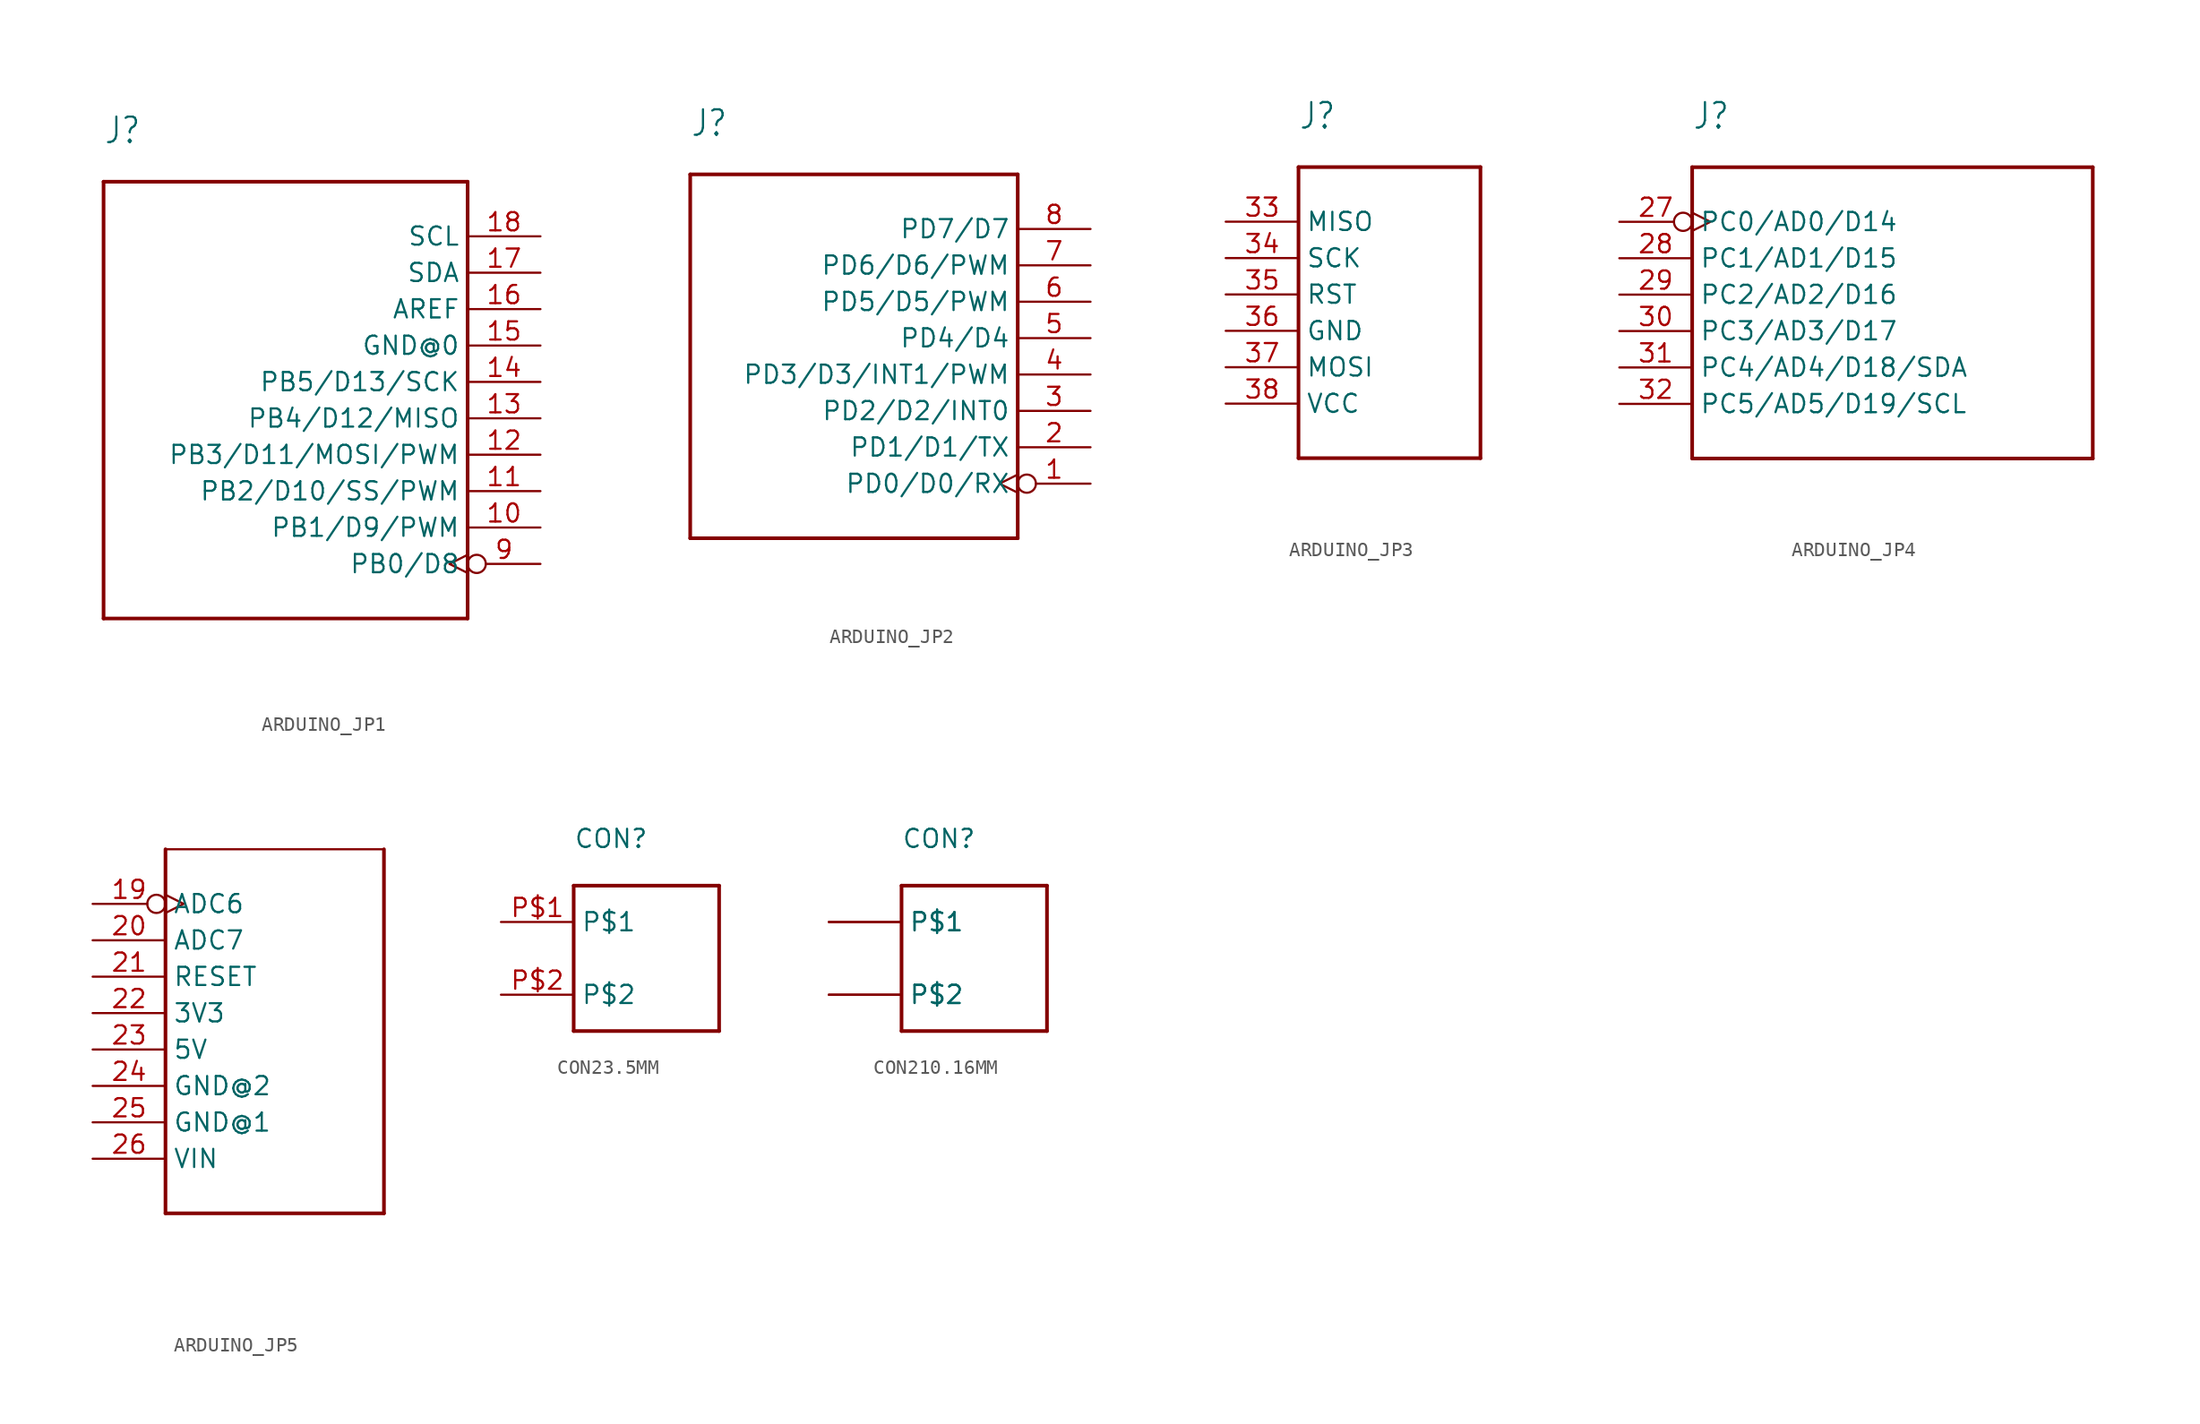
<source format=kicad_sym>
(kicad_symbol_lib
  (version 20220914)
  (generator kicad_symbol_editor)
  (symbol "ARDUINO_JP1"
    (property "Reference" "J"
      (at -15.24 17.78 0)
      (effects (font (size 1.778 1.511)) (justify left bottom)))
    (property "Value" ""
      (at -15.24 -17.78 0)
      (effects (font (size 1.778 1.511)) (justify left bottom)))
    (property "ki_locked" ""
      (at 0 0 0)
      (effects (font (size 1.27 1.27))))
    (symbol "ARDUINO_JP1_1_0"
      (polyline (pts (xy -15.24 -15.24) (xy 10.16 -15.24)) (stroke (width 0.254) (type solid)) (fill (type none)))
      (polyline (pts (xy -15.24 15.24) (xy -15.24 -15.24)) (stroke (width 0.254) (type solid)) (fill (type none)))
      (polyline (pts (xy 10.16 -15.24) (xy 10.16 15.24)) (stroke (width 0.254) (type solid)) (fill (type none)))
      (polyline (pts (xy 10.16 15.24) (xy -15.24 15.24)) (stroke (width 0.254) (type solid)) (fill (type none)))
      (pin bidirectional line (at 15.24 -8.89 180) (length 5.08) (name "PB1/D9/PWM" (effects (font (size 1.27 1.27)))) (number "10" (effects (font (size 1.27 1.27)))))
      (pin bidirectional line (at 15.24 -6.35 180) (length 5.08) (name "PB2/D10/SS/PWM" (effects (font (size 1.27 1.27)))) (number "11" (effects (font (size 1.27 1.27)))))
      (pin bidirectional line (at 15.24 -3.81 180) (length 5.08) (name "PB3/D11/MOSI/PWM" (effects (font (size 1.27 1.27)))) (number "12" (effects (font (size 1.27 1.27)))))
      (pin bidirectional line (at 15.24 -1.27 180) (length 5.08) (name "PB4/D12/MISO" (effects (font (size 1.27 1.27)))) (number "13" (effects (font (size 1.27 1.27)))))
      (pin bidirectional line (at 15.24 1.27 180) (length 5.08) (name "PB5/D13/SCK" (effects (font (size 1.27 1.27)))) (number "14" (effects (font (size 1.27 1.27)))))
      (pin bidirectional line (at 15.24 3.81 180) (length 5.08) (name "GND@0" (effects (font (size 1.27 1.27)))) (number "15" (effects (font (size 1.27 1.27)))))
      (pin bidirectional line (at 15.24 6.35 180) (length 5.08) (name "AREF" (effects (font (size 1.27 1.27)))) (number "16" (effects (font (size 1.27 1.27)))))
      (pin bidirectional line (at 15.24 8.89 180) (length 5.08) (name "SDA" (effects (font (size 1.27 1.27)))) (number "17" (effects (font (size 1.27 1.27)))))
      (pin bidirectional line (at 15.24 11.43 180) (length 5.08) (name "SCL" (effects (font (size 1.27 1.27)))) (number "18" (effects (font (size 1.27 1.27)))))
      (pin bidirectional inverted_clock (at 15.24 -11.43 180) (length 5.08) (name "PB0/D8" (effects (font (size 1.27 1.27)))) (number "9" (effects (font (size 1.27 1.27)))))))
  (symbol "ARDUINO_JP2"
    (property "Reference" "J"
      (at -17.78 15.24 0)
      (effects (font (size 1.778 1.511)) (justify left bottom)))
    (property "Value" ""
      (at -17.78 -15.24 0)
      (effects (font (size 1.778 1.511)) (justify left bottom)))
    (property "ki_locked" ""
      (at 0 0 0)
      (effects (font (size 1.27 1.27))))
    (symbol "ARDUINO_JP2_1_0"
      (polyline (pts (xy -17.78 -12.7) (xy -17.78 12.7)) (stroke (width 0.254) (type solid)) (fill (type none)))
      (polyline (pts (xy -17.78 12.7) (xy 5.08 12.7)) (stroke (width 0.254) (type solid)) (fill (type none)))
      (polyline (pts (xy 5.08 -12.7) (xy -17.78 -12.7)) (stroke (width 0.254) (type solid)) (fill (type none)))
      (polyline (pts (xy 5.08 12.7) (xy 5.08 -12.7)) (stroke (width 0.254) (type solid)) (fill (type none)))
      (pin bidirectional inverted_clock (at 10.16 -8.89 180) (length 5.08) (name "PD0/D0/RX" (effects (font (size 1.27 1.27)))) (number "1" (effects (font (size 1.27 1.27)))))
      (pin bidirectional line (at 10.16 -6.35 180) (length 5.08) (name "PD1/D1/TX" (effects (font (size 1.27 1.27)))) (number "2" (effects (font (size 1.27 1.27)))))
      (pin bidirectional line (at 10.16 -3.81 180) (length 5.08) (name "PD2/D2/INT0" (effects (font (size 1.27 1.27)))) (number "3" (effects (font (size 1.27 1.27)))))
      (pin bidirectional line (at 10.16 -1.27 180) (length 5.08) (name "PD3/D3/INT1/PWM" (effects (font (size 1.27 1.27)))) (number "4" (effects (font (size 1.27 1.27)))))
      (pin bidirectional line (at 10.16 1.27 180) (length 5.08) (name "PD4/D4" (effects (font (size 1.27 1.27)))) (number "5" (effects (font (size 1.27 1.27)))))
      (pin bidirectional line (at 10.16 3.81 180) (length 5.08) (name "PD5/D5/PWM" (effects (font (size 1.27 1.27)))) (number "6" (effects (font (size 1.27 1.27)))))
      (pin bidirectional line (at 10.16 6.35 180) (length 5.08) (name "PD6/D6/PWM" (effects (font (size 1.27 1.27)))) (number "7" (effects (font (size 1.27 1.27)))))
      (pin bidirectional line (at 10.16 8.89 180) (length 5.08) (name "PD7/D7" (effects (font (size 1.27 1.27)))) (number "8" (effects (font (size 1.27 1.27)))))))
  (symbol "ARDUINO_JP3"
    (property "Reference" "J"
      (at -7.62 12.7 0)
      (effects (font (size 1.778 1.511)) (justify left bottom)))
    (property "Value" ""
      (at -7.62 -12.7 0)
      (effects (font (size 1.778 1.511)) (justify left bottom)))
    (property "ki_locked" ""
      (at 0 0 0)
      (effects (font (size 1.27 1.27))))
    (symbol "ARDUINO_JP3_1_0"
      (polyline (pts (xy -7.62 -10.16) (xy 5.08 -10.16)) (stroke (width 0.254) (type solid)) (fill (type none)))
      (polyline (pts (xy -7.62 10.16) (xy -7.62 -10.16)) (stroke (width 0.254) (type solid)) (fill (type none)))
      (polyline (pts (xy 5.08 -10.16) (xy 5.08 10.16)) (stroke (width 0.254) (type solid)) (fill (type none)))
      (polyline (pts (xy 5.08 10.16) (xy -7.62 10.16)) (stroke (width 0.254) (type solid)) (fill (type none)))
      (pin bidirectional line (at -12.7 6.35 0) (length 5.08) (name "MISO" (effects (font (size 1.27 1.27)))) (number "33" (effects (font (size 1.27 1.27)))))
      (pin bidirectional line (at -12.7 3.81 0) (length 5.08) (name "SCK" (effects (font (size 1.27 1.27)))) (number "34" (effects (font (size 1.27 1.27)))))
      (pin bidirectional line (at -12.7 1.27 0) (length 5.08) (name "RST" (effects (font (size 1.27 1.27)))) (number "35" (effects (font (size 1.27 1.27)))))
      (pin bidirectional line (at -12.7 -1.27 0) (length 5.08) (name "GND" (effects (font (size 1.27 1.27)))) (number "36" (effects (font (size 1.27 1.27)))))
      (pin bidirectional line (at -12.7 -3.81 0) (length 5.08) (name "MOSI" (effects (font (size 1.27 1.27)))) (number "37" (effects (font (size 1.27 1.27)))))
      (pin bidirectional line (at -12.7 -6.35 0) (length 5.08) (name "VCC" (effects (font (size 1.27 1.27)))) (number "38" (effects (font (size 1.27 1.27)))))))
  (symbol "ARDUINO_JP4"
    (property "Reference" "J"
      (at -22.86 12.7 0)
      (effects (font (size 1.778 1.511)) (justify left bottom)))
    (property "Value" ""
      (at -22.86 -12.7 0)
      (effects (font (size 1.778 1.511)) (justify left bottom)))
    (property "ki_locked" ""
      (at 0 0 0)
      (effects (font (size 1.27 1.27))))
    (symbol "ARDUINO_JP4_1_0"
      (polyline (pts (xy -22.86 -10.16) (xy 5.08 -10.16)) (stroke (width 0.254) (type solid)) (fill (type none)))
      (polyline (pts (xy -22.86 10.16) (xy -22.86 -10.16)) (stroke (width 0.254) (type solid)) (fill (type none)))
      (polyline (pts (xy 5.08 -10.16) (xy 5.08 10.16)) (stroke (width 0.254) (type solid)) (fill (type none)))
      (polyline (pts (xy 5.08 10.16) (xy -22.86 10.16)) (stroke (width 0.254) (type solid)) (fill (type none)))
      (pin bidirectional inverted_clock (at -27.94 6.35 0) (length 5.08) (name "PC0/AD0/D14" (effects (font (size 1.27 1.27)))) (number "27" (effects (font (size 1.27 1.27)))))
      (pin bidirectional line (at -27.94 3.81 0) (length 5.08) (name "PC1/AD1/D15" (effects (font (size 1.27 1.27)))) (number "28" (effects (font (size 1.27 1.27)))))
      (pin bidirectional line (at -27.94 1.27 0) (length 5.08) (name "PC2/AD2/D16" (effects (font (size 1.27 1.27)))) (number "29" (effects (font (size 1.27 1.27)))))
      (pin bidirectional line (at -27.94 -1.27 0) (length 5.08) (name "PC3/AD3/D17" (effects (font (size 1.27 1.27)))) (number "30" (effects (font (size 1.27 1.27)))))
      (pin bidirectional line (at -27.94 -3.81 0) (length 5.08) (name "PC4/AD4/D18/SDA" (effects (font (size 1.27 1.27)))) (number "31" (effects (font (size 1.27 1.27)))))
      (pin bidirectional line (at -27.94 -6.35 0) (length 5.08) (name "PC5/AD5/D19/SCL" (effects (font (size 1.27 1.27)))) (number "32" (effects (font (size 1.27 1.27)))))))
  (symbol "ARDUINO_JP5"
    (property "Reference" ""
      (at -22.86 25.4 0)
      (effects (font (size 1.778 1.511)) (justify left bottom) hide))
    (property "Value" ""
      (at -22.86 -7.62 0)
      (effects (font (size 1.778 1.511)) (justify left bottom)))
    (property "ki_locked" ""
      (at 0 0 0)
      (effects (font (size 1.27 1.27))))
    (symbol "ARDUINO_JP5_1_0"
      (polyline (pts (xy -22.86 -2.54) (xy -7.62 -2.54)) (stroke (width 0.254) (type solid)) (fill (type none)))
      (polyline (pts (xy -22.86 22.86) (xy -22.86 -2.54)) (stroke (width 0.254) (type solid)) (fill (type none)))
      (polyline (pts (xy -22.86 22.86) (xy -7.62 22.86)) (stroke (width 0.152) (type solid)) (fill (type none)))
      (polyline (pts (xy -7.62 22.86) (xy -7.62 -2.54)) (stroke (width 0.254) (type solid)) (fill (type none)))
      (pin bidirectional inverted_clock (at -27.94 19.05 0) (length 5.08) (name "ADC6" (effects (font (size 1.27 1.27)))) (number "19" (effects (font (size 1.27 1.27)))))
      (pin bidirectional line (at -27.94 16.51 0) (length 5.08) (name "ADC7" (effects (font (size 1.27 1.27)))) (number "20" (effects (font (size 1.27 1.27)))))
      (pin bidirectional line (at -27.94 13.97 0) (length 5.08) (name "RESET" (effects (font (size 1.27 1.27)))) (number "21" (effects (font (size 1.27 1.27)))))
      (pin bidirectional line (at -27.94 11.43 0) (length 5.08) (name "3V3" (effects (font (size 1.27 1.27)))) (number "22" (effects (font (size 1.27 1.27)))))
      (pin bidirectional line (at -27.94 8.89 0) (length 5.08) (name "5V" (effects (font (size 1.27 1.27)))) (number "23" (effects (font (size 1.27 1.27)))))
      (pin bidirectional line (at -27.94 6.35 0) (length 5.08) (name "GND@2" (effects (font (size 1.27 1.27)))) (number "24" (effects (font (size 1.27 1.27)))))
      (pin bidirectional line (at -27.94 3.81 0) (length 5.08) (name "GND@1" (effects (font (size 1.27 1.27)))) (number "25" (effects (font (size 1.27 1.27)))))
      (pin bidirectional line (at -27.94 1.27 0) (length 5.08) (name "VIN" (effects (font (size 1.27 1.27)))) (number "26" (effects (font (size 1.27 1.27)))))))
  (symbol "CON23.5MM"
    (property "Reference" "CON"
      (at -7.62 5.08 0)
      (effects (font (size 1.27 1.27)) (justify left bottom)))
    (property "ki_locked" ""
      (at 0 0 0)
      (effects (font (size 1.27 1.27))))
    (symbol "CON23.5MM_1_0"
      (polyline (pts (xy -7.62 -7.62) (xy -7.62 2.54)) (stroke (width 0.254) (type solid)) (fill (type none)))
      (polyline (pts (xy -7.62 2.54) (xy 2.54 2.54)) (stroke (width 0.254) (type solid)) (fill (type none)))
      (polyline (pts (xy 2.54 -7.62) (xy -7.62 -7.62)) (stroke (width 0.254) (type solid)) (fill (type none)))
      (polyline (pts (xy 2.54 2.54) (xy 2.54 -7.62)) (stroke (width 0.254) (type solid)) (fill (type none)))
      (pin bidirectional line (at -12.7 0 0) (length 5.08) (name "P$1" (effects (font (size 1.27 1.27)))) (number "P$1" (effects (font (size 1.27 1.27)))))
      (pin bidirectional line (at -12.7 -5.08 0) (length 5.08) (name "P$2" (effects (font (size 1.27 1.27)))) (number "P$2" (effects (font (size 1.27 1.27)))))))
  (symbol "CON210.16MM"
    (property "Reference" "CON"
      (at -7.62 5.08 0)
      (effects (font (size 1.27 1.27)) (justify left bottom)))
    (property "ki_locked" ""
      (at 0 0 0)
      (effects (font (size 1.27 1.27))))
    (symbol "CON210.16MM_1_0"
      (polyline (pts (xy -7.62 -7.62) (xy -7.62 2.54)) (stroke (width 0.254) (type solid)) (fill (type none)))
      (polyline (pts (xy -7.62 2.54) (xy 2.54 2.54)) (stroke (width 0.254) (type solid)) (fill (type none)))
      (polyline (pts (xy 2.54 -7.62) (xy -7.62 -7.62)) (stroke (width 0.254) (type solid)) (fill (type none)))
      (polyline (pts (xy 2.54 2.54) (xy 2.54 -7.62)) (stroke (width 0.254) (type solid)) (fill (type none)))
      (pin bidirectional line (at -12.7 0 0) (length 5.08) (name "P$1" (effects (font (size 1.27 1.27)))) (number "P$1" (effects (font (size 0 0)))))
      (pin bidirectional line (at -12.7 0 0) (length 5.08) (name "P$1" (effects (font (size 1.27 1.27)))) (number "P$2" (effects (font (size 0 0)))))
      (pin bidirectional line (at -12.7 -5.08 0) (length 5.08) (name "P$2" (effects (font (size 1.27 1.27)))) (number "P$3" (effects (font (size 0 0)))))
      (pin bidirectional line (at -12.7 -5.08 0) (length 5.08) (name "P$2" (effects (font (size 1.27 1.27)))) (number "P$4" (effects (font (size 0 0))))))))
</source>
